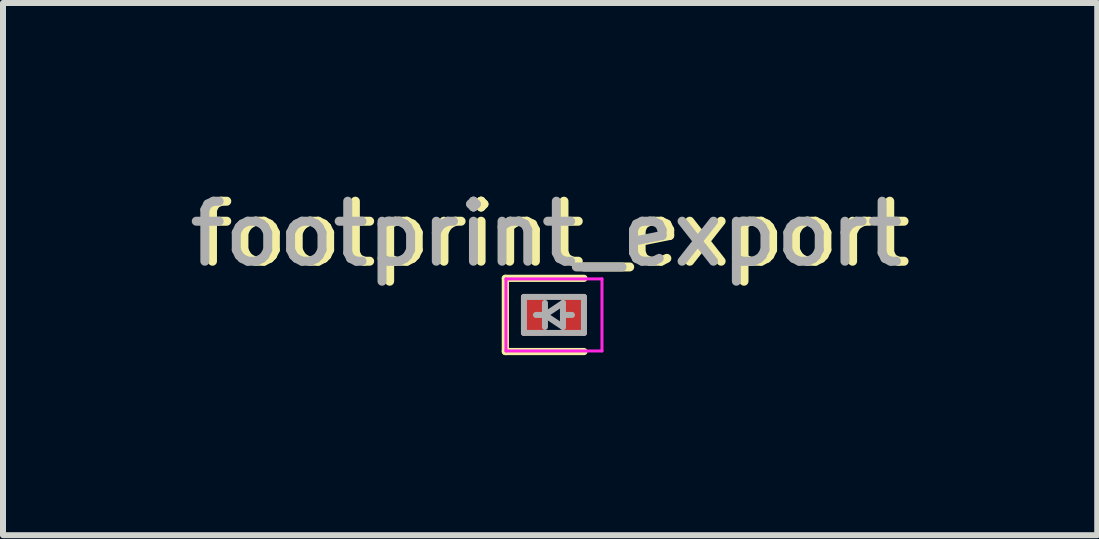
<source format=kicad_pcb>
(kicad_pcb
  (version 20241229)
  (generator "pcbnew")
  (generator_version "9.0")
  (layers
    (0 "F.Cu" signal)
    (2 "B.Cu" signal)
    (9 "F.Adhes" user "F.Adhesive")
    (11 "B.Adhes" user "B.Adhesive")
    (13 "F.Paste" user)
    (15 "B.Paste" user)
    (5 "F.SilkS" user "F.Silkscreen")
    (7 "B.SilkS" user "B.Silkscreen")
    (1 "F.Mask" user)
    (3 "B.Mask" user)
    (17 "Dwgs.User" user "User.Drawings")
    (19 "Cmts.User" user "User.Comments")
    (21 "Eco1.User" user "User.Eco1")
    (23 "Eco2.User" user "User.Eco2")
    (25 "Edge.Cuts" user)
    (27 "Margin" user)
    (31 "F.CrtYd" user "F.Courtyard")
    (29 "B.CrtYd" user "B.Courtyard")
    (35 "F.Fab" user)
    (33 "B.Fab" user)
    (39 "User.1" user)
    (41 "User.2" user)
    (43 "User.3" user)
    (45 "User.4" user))
  (footprint "footprint_export"
    (layer "F.Cu")
    (at 6.181 2.198)
    (property "Reference" "footprint_export" (at 0 -1.35 0) (layer "F.SilkS") (effects (font (size 1 1) (thickness 0.15))))
    (attr smd)
    (fp_line (start -0.81 -0.61) (end -0.81 0.61) (stroke (width 0.12) (type solid)) (layer "F.SilkS"))
    (fp_line (start -0.81 -0.61) (end 0.5 -0.61) (stroke (width 0.12) (type solid)) (layer "F.SilkS"))
    (fp_line (start -0.81 0.61) (end 0.5 0.61) (stroke (width 0.12) (type solid)) (layer "F.SilkS"))
    (fp_line (start -0.8 -0.6) (end -0.8 0.6) (stroke (width 0.05) (type solid)) (layer "F.CrtYd"))
    (fp_line (start -0.8 -0.6) (end 0.8 -0.6) (stroke (width 0.05) (type solid)) (layer "F.CrtYd"))
    (fp_line (start 0.8 -0.6) (end 0.8 0.6) (stroke (width 0.05) (type solid)) (layer "F.CrtYd"))
    (fp_line (start 0.8 0.6) (end -0.8 0.6) (stroke (width 0.05) (type solid)) (layer "F.CrtYd"))
    (fp_line (start -0.5 -0.3) (end 0.5 -0.3) (stroke (width 0.1) (type solid)) (layer "F.Fab"))
    (fp_line (start -0.5 0.3) (end -0.5 -0.3) (stroke (width 0.1) (type solid)) (layer "F.Fab"))
    (fp_line (start -0.15 0) (end -0.3 0) (stroke (width 0.1) (type solid)) (layer "F.Fab"))
    (fp_line (start -0.15 0) (end 0.15 0.2) (stroke (width 0.1) (type solid)) (layer "F.Fab"))
    (fp_line (start -0.15 0.2) (end -0.15 -0.2) (stroke (width 0.1) (type solid)) (layer "F.Fab"))
    (fp_line (start 0.15 -0.2) (end -0.15 0) (stroke (width 0.1) (type solid)) (layer "F.Fab"))
    (fp_line (start 0.15 0) (end 0.3 0) (stroke (width 0.1) (type solid)) (layer "F.Fab"))
    (fp_line (start 0.15 0.2) (end 0.15 -0.2) (stroke (width 0.1) (type solid)) (layer "F.Fab"))
    (fp_line (start 0.5 -0.3) (end 0.5 0.3) (stroke (width 0.1) (type solid)) (layer "F.Fab"))
    (fp_line (start 0.5 0.3) (end -0.5 0.3) (stroke (width 0.1) (type solid)) (layer "F.Fab"))
    (fp_text user "${REFERENCE}" (at -0.127 -1.35 0) (layer "F.Fab") (effects (font (size 1 1) (thickness 0.15))))
    (pad "" smd roundrect (at -0.35 0) (size 0.3 0.6) (layers "F.Paste") (roundrect_rratio 0.167))
    (pad "" smd roundrect (at 0.35 0) (size 0.3 0.6) (layers "F.Paste") (roundrect_rratio 0.167))
    (pad "1" smd roundrect (at -0.35 0) (size 0.4 0.7) (layers "F.Cu" "F.Mask") (roundrect_rratio 0.125))
    (pad "2" smd roundrect (at 0.35 0) (size 0.4 0.7) (layers "F.Cu" "F.Mask") (roundrect_rratio 0.125)))
  (gr_rect
    (start -3 -3)
    (end 15.234 5.868)
    (stroke (width 0.1) (type default))
    (fill no)
    (layer "Edge.Cuts")))
</source>
